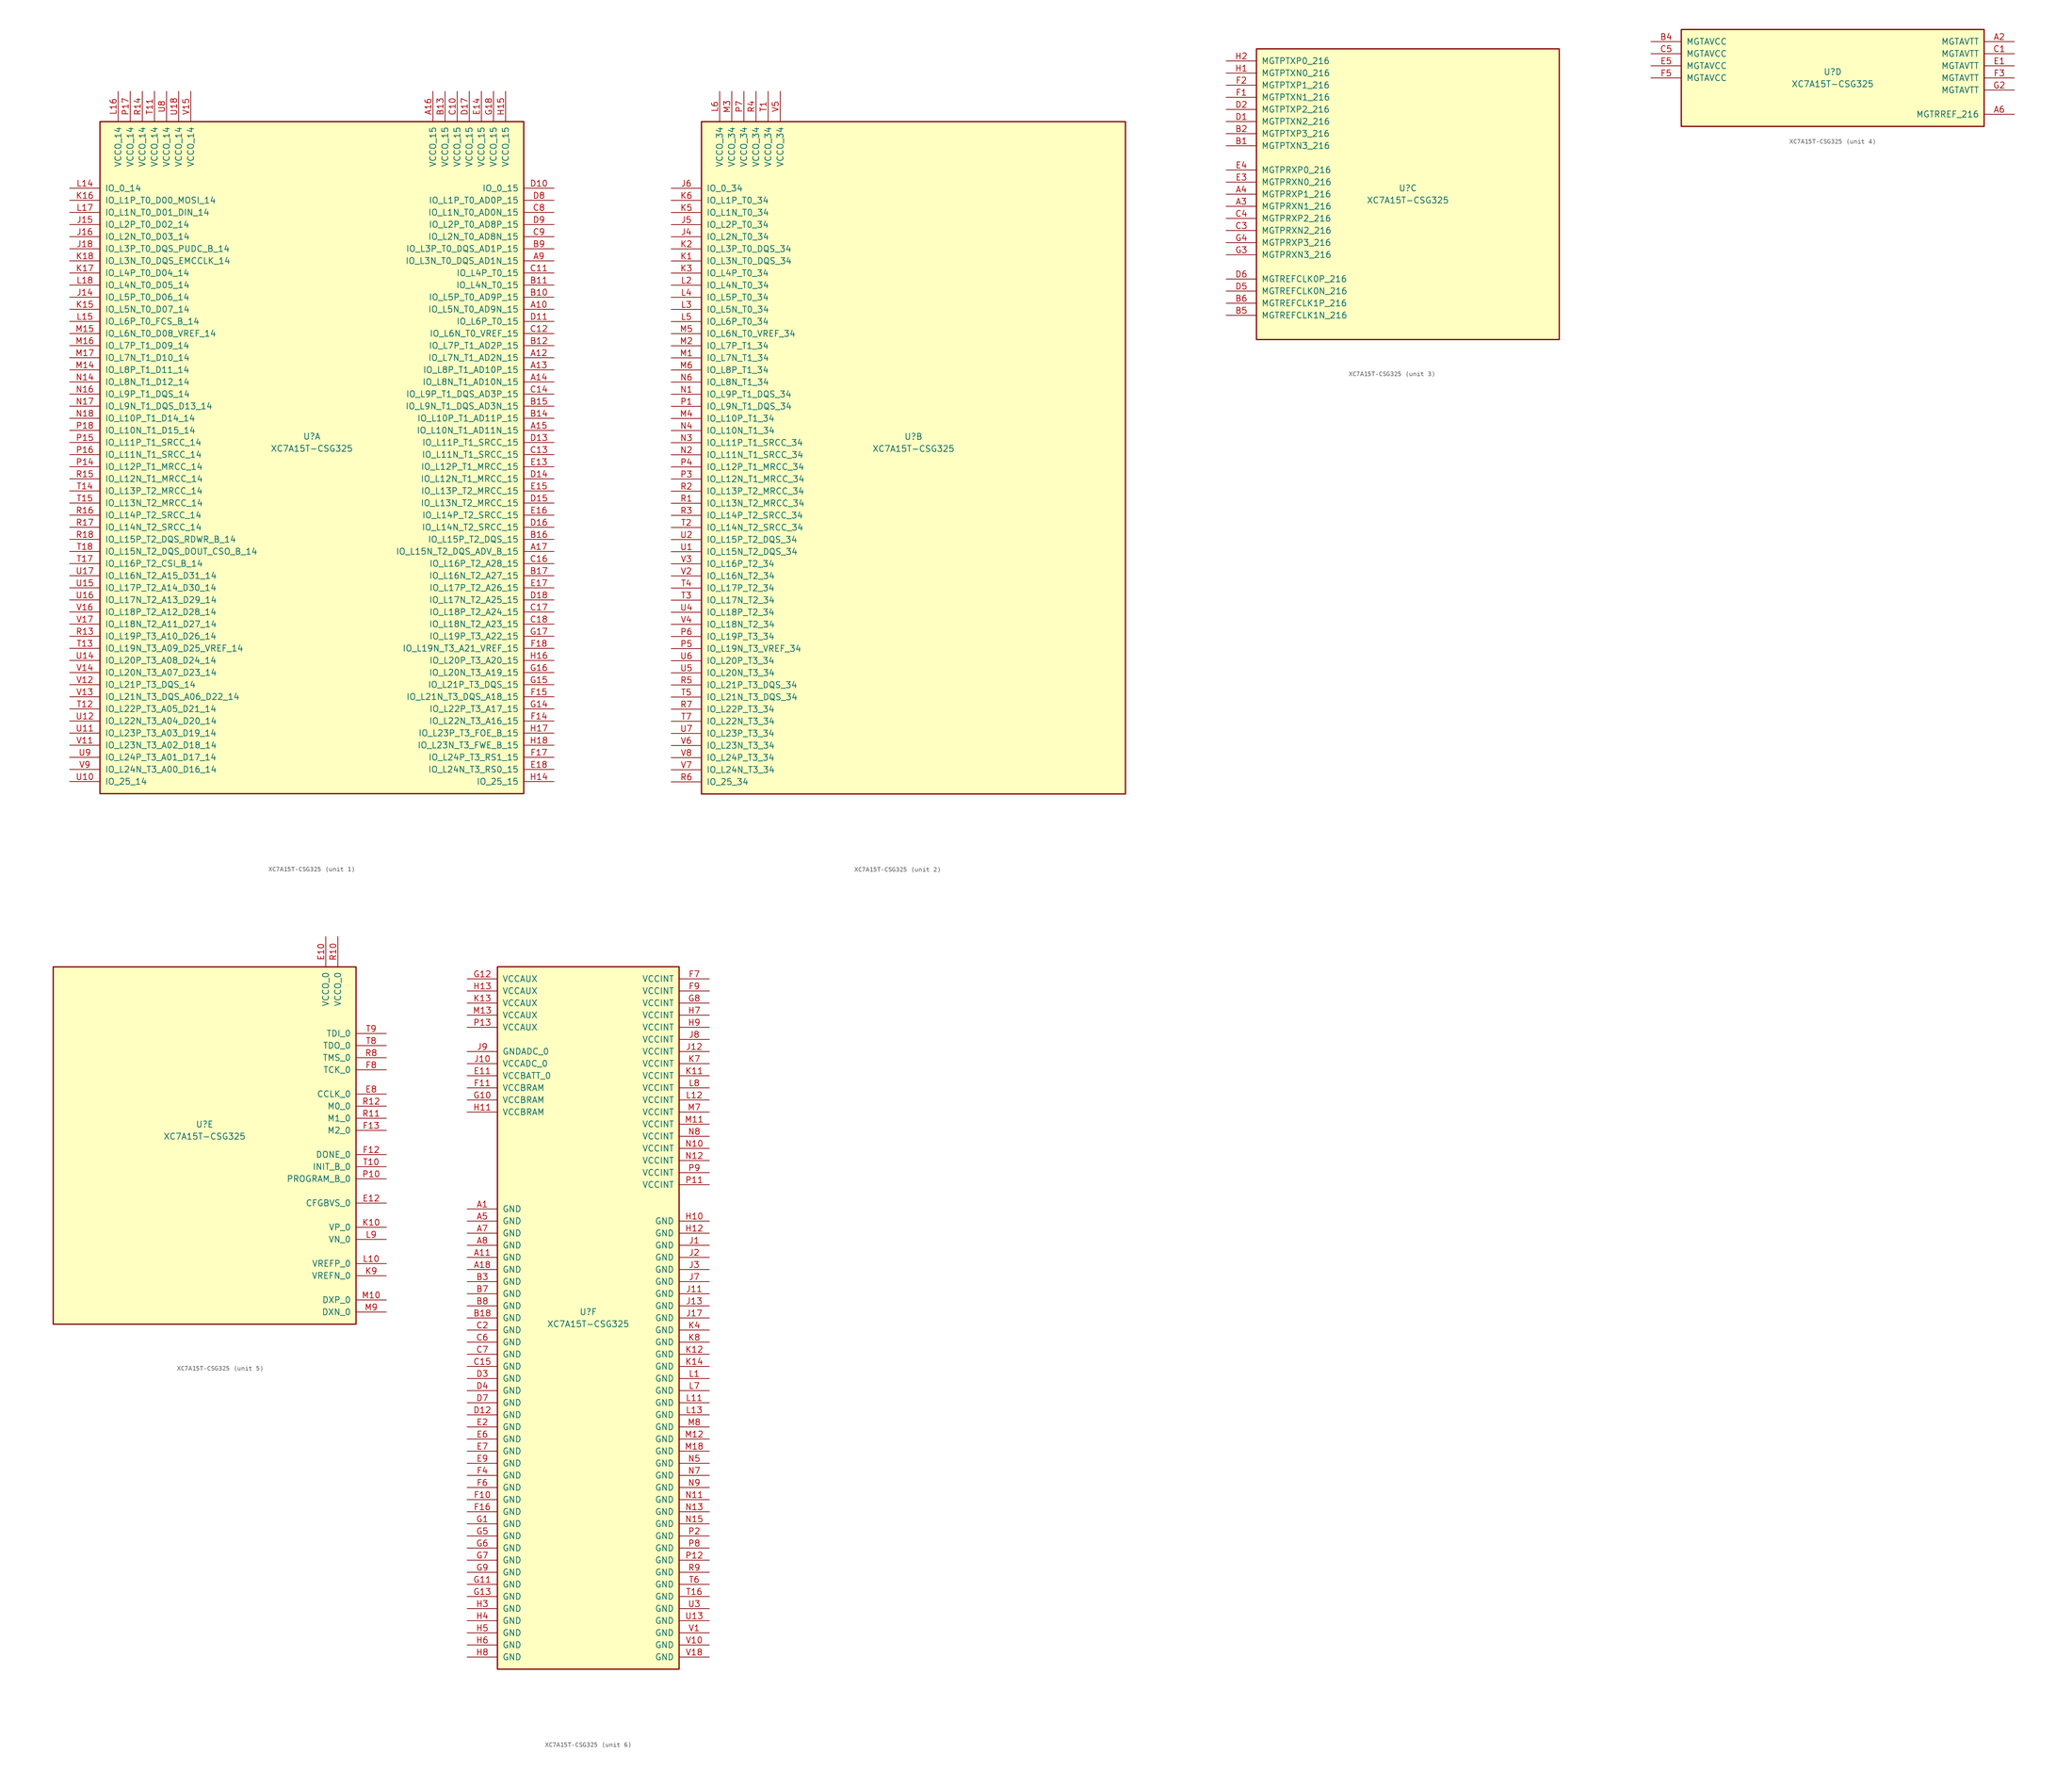
<source format=kicad_sym>
(kicad_symbol_lib
  (version 20241209)
  (generator "kicad_symbol_editor")
  (generator_version "9.0")
  (symbol "XC7A15T-CSG325"
    (pin_names
      (offset 1.016))
    (property "Reference" "U"
      (at 0 1.27 0)
      (effects (font (size 1.27 1.27))))
    (property "Value" "XC7A15T-CSG325"
      (at 0 -1.27 0)
      (effects (font (size 1.27 1.27))))
    (property "Datasheet" ""
      (at 0 0 0)
      (effects (font (size 1.27 1.27))))
    (property "ki_locked" ""
      (at 0 0 0)
      (effects (font (size 1.27 1.27))))
    (symbol "XC7A15T-CSG325_1_1"
      (rectangle (start -44.45 67.31) (end 44.45 -73.66) (stroke (width 0.254) (type default)) (fill (type background)))
      (pin bidirectional line (at -50.8 53.34 0) (length 6.35) (name "IO_0_14" (effects (font (size 1.27 1.27)))) (number "L14" (effects (font (size 1.27 1.27)))))
      (pin bidirectional line (at -50.8 50.8 0) (length 6.35) (name "IO_L1P_T0_D00_MOSI_14" (effects (font (size 1.27 1.27)))) (number "K16" (effects (font (size 1.27 1.27)))))
      (pin bidirectional line (at -50.8 48.26 0) (length 6.35) (name "IO_L1N_T0_D01_DIN_14" (effects (font (size 1.27 1.27)))) (number "L17" (effects (font (size 1.27 1.27)))))
      (pin bidirectional line (at -50.8 45.72 0) (length 6.35) (name "IO_L2P_T0_D02_14" (effects (font (size 1.27 1.27)))) (number "J15" (effects (font (size 1.27 1.27)))))
      (pin bidirectional line (at -50.8 43.18 0) (length 6.35) (name "IO_L2N_T0_D03_14" (effects (font (size 1.27 1.27)))) (number "J16" (effects (font (size 1.27 1.27)))))
      (pin bidirectional line (at -50.8 40.64 0) (length 6.35) (name "IO_L3P_T0_DQS_PUDC_B_14" (effects (font (size 1.27 1.27)))) (number "J18" (effects (font (size 1.27 1.27)))))
      (pin bidirectional line (at -50.8 38.1 0) (length 6.35) (name "IO_L3N_T0_DQS_EMCCLK_14" (effects (font (size 1.27 1.27)))) (number "K18" (effects (font (size 1.27 1.27)))))
      (pin bidirectional line (at -50.8 35.56 0) (length 6.35) (name "IO_L4P_T0_D04_14" (effects (font (size 1.27 1.27)))) (number "K17" (effects (font (size 1.27 1.27)))))
      (pin bidirectional line (at -50.8 33.02 0) (length 6.35) (name "IO_L4N_T0_D05_14" (effects (font (size 1.27 1.27)))) (number "L18" (effects (font (size 1.27 1.27)))))
      (pin bidirectional line (at -50.8 30.48 0) (length 6.35) (name "IO_L5P_T0_D06_14" (effects (font (size 1.27 1.27)))) (number "J14" (effects (font (size 1.27 1.27)))))
      (pin bidirectional line (at -50.8 27.94 0) (length 6.35) (name "IO_L5N_T0_D07_14" (effects (font (size 1.27 1.27)))) (number "K15" (effects (font (size 1.27 1.27)))))
      (pin bidirectional line (at -50.8 25.4 0) (length 6.35) (name "IO_L6P_T0_FCS_B_14" (effects (font (size 1.27 1.27)))) (number "L15" (effects (font (size 1.27 1.27)))))
      (pin bidirectional line (at -50.8 22.86 0) (length 6.35) (name "IO_L6N_T0_D08_VREF_14" (effects (font (size 1.27 1.27)))) (number "M15" (effects (font (size 1.27 1.27)))))
      (pin bidirectional line (at -50.8 20.32 0) (length 6.35) (name "IO_L7P_T1_D09_14" (effects (font (size 1.27 1.27)))) (number "M16" (effects (font (size 1.27 1.27)))))
      (pin bidirectional line (at -50.8 17.78 0) (length 6.35) (name "IO_L7N_T1_D10_14" (effects (font (size 1.27 1.27)))) (number "M17" (effects (font (size 1.27 1.27)))))
      (pin bidirectional line (at -50.8 15.24 0) (length 6.35) (name "IO_L8P_T1_D11_14" (effects (font (size 1.27 1.27)))) (number "M14" (effects (font (size 1.27 1.27)))))
      (pin bidirectional line (at -50.8 12.7 0) (length 6.35) (name "IO_L8N_T1_D12_14" (effects (font (size 1.27 1.27)))) (number "N14" (effects (font (size 1.27 1.27)))))
      (pin bidirectional line (at -50.8 10.16 0) (length 6.35) (name "IO_L9P_T1_DQS_14" (effects (font (size 1.27 1.27)))) (number "N16" (effects (font (size 1.27 1.27)))))
      (pin bidirectional line (at -50.8 7.62 0) (length 6.35) (name "IO_L9N_T1_DQS_D13_14" (effects (font (size 1.27 1.27)))) (number "N17" (effects (font (size 1.27 1.27)))))
      (pin bidirectional line (at -50.8 5.08 0) (length 6.35) (name "IO_L10P_T1_D14_14" (effects (font (size 1.27 1.27)))) (number "N18" (effects (font (size 1.27 1.27)))))
      (pin bidirectional line (at -50.8 2.54 0) (length 6.35) (name "IO_L10N_T1_D15_14" (effects (font (size 1.27 1.27)))) (number "P18" (effects (font (size 1.27 1.27)))))
      (pin bidirectional line (at -50.8 0 0) (length 6.35) (name "IO_L11P_T1_SRCC_14" (effects (font (size 1.27 1.27)))) (number "P15" (effects (font (size 1.27 1.27)))))
      (pin bidirectional line (at -50.8 -2.54 0) (length 6.35) (name "IO_L11N_T1_SRCC_14" (effects (font (size 1.27 1.27)))) (number "P16" (effects (font (size 1.27 1.27)))))
      (pin bidirectional line (at -50.8 -5.08 0) (length 6.35) (name "IO_L12P_T1_MRCC_14" (effects (font (size 1.27 1.27)))) (number "P14" (effects (font (size 1.27 1.27)))))
      (pin bidirectional line (at -50.8 -7.62 0) (length 6.35) (name "IO_L12N_T1_MRCC_14" (effects (font (size 1.27 1.27)))) (number "R15" (effects (font (size 1.27 1.27)))))
      (pin bidirectional line (at -50.8 -10.16 0) (length 6.35) (name "IO_L13P_T2_MRCC_14" (effects (font (size 1.27 1.27)))) (number "T14" (effects (font (size 1.27 1.27)))))
      (pin bidirectional line (at -50.8 -12.7 0) (length 6.35) (name "IO_L13N_T2_MRCC_14" (effects (font (size 1.27 1.27)))) (number "T15" (effects (font (size 1.27 1.27)))))
      (pin bidirectional line (at -50.8 -15.24 0) (length 6.35) (name "IO_L14P_T2_SRCC_14" (effects (font (size 1.27 1.27)))) (number "R16" (effects (font (size 1.27 1.27)))))
      (pin bidirectional line (at -50.8 -17.78 0) (length 6.35) (name "IO_L14N_T2_SRCC_14" (effects (font (size 1.27 1.27)))) (number "R17" (effects (font (size 1.27 1.27)))))
      (pin bidirectional line (at -50.8 -20.32 0) (length 6.35) (name "IO_L15P_T2_DQS_RDWR_B_14" (effects (font (size 1.27 1.27)))) (number "R18" (effects (font (size 1.27 1.27)))))
      (pin bidirectional line (at -50.8 -22.86 0) (length 6.35) (name "IO_L15N_T2_DQS_DOUT_CSO_B_14" (effects (font (size 1.27 1.27)))) (number "T18" (effects (font (size 1.27 1.27)))))
      (pin bidirectional line (at -50.8 -25.4 0) (length 6.35) (name "IO_L16P_T2_CSI_B_14" (effects (font (size 1.27 1.27)))) (number "T17" (effects (font (size 1.27 1.27)))))
      (pin bidirectional line (at -50.8 -27.94 0) (length 6.35) (name "IO_L16N_T2_A15_D31_14" (effects (font (size 1.27 1.27)))) (number "U17" (effects (font (size 1.27 1.27)))))
      (pin bidirectional line (at -50.8 -30.48 0) (length 6.35) (name "IO_L17P_T2_A14_D30_14" (effects (font (size 1.27 1.27)))) (number "U15" (effects (font (size 1.27 1.27)))))
      (pin bidirectional line (at -50.8 -33.02 0) (length 6.35) (name "IO_L17N_T2_A13_D29_14" (effects (font (size 1.27 1.27)))) (number "U16" (effects (font (size 1.27 1.27)))))
      (pin bidirectional line (at -50.8 -35.56 0) (length 6.35) (name "IO_L18P_T2_A12_D28_14" (effects (font (size 1.27 1.27)))) (number "V16" (effects (font (size 1.27 1.27)))))
      (pin bidirectional line (at -50.8 -38.1 0) (length 6.35) (name "IO_L18N_T2_A11_D27_14" (effects (font (size 1.27 1.27)))) (number "V17" (effects (font (size 1.27 1.27)))))
      (pin bidirectional line (at -50.8 -40.64 0) (length 6.35) (name "IO_L19P_T3_A10_D26_14" (effects (font (size 1.27 1.27)))) (number "R13" (effects (font (size 1.27 1.27)))))
      (pin bidirectional line (at -50.8 -43.18 0) (length 6.35) (name "IO_L19N_T3_A09_D25_VREF_14" (effects (font (size 1.27 1.27)))) (number "T13" (effects (font (size 1.27 1.27)))))
      (pin bidirectional line (at -50.8 -45.72 0) (length 6.35) (name "IO_L20P_T3_A08_D24_14" (effects (font (size 1.27 1.27)))) (number "U14" (effects (font (size 1.27 1.27)))))
      (pin bidirectional line (at -50.8 -48.26 0) (length 6.35) (name "IO_L20N_T3_A07_D23_14" (effects (font (size 1.27 1.27)))) (number "V14" (effects (font (size 1.27 1.27)))))
      (pin bidirectional line (at -50.8 -50.8 0) (length 6.35) (name "IO_L21P_T3_DQS_14" (effects (font (size 1.27 1.27)))) (number "V12" (effects (font (size 1.27 1.27)))))
      (pin bidirectional line (at -50.8 -53.34 0) (length 6.35) (name "IO_L21N_T3_DQS_A06_D22_14" (effects (font (size 1.27 1.27)))) (number "V13" (effects (font (size 1.27 1.27)))))
      (pin bidirectional line (at -50.8 -55.88 0) (length 6.35) (name "IO_L22P_T3_A05_D21_14" (effects (font (size 1.27 1.27)))) (number "T12" (effects (font (size 1.27 1.27)))))
      (pin bidirectional line (at -50.8 -58.42 0) (length 6.35) (name "IO_L22N_T3_A04_D20_14" (effects (font (size 1.27 1.27)))) (number "U12" (effects (font (size 1.27 1.27)))))
      (pin bidirectional line (at -50.8 -60.96 0) (length 6.35) (name "IO_L23P_T3_A03_D19_14" (effects (font (size 1.27 1.27)))) (number "U11" (effects (font (size 1.27 1.27)))))
      (pin bidirectional line (at -50.8 -63.5 0) (length 6.35) (name "IO_L23N_T3_A02_D18_14" (effects (font (size 1.27 1.27)))) (number "V11" (effects (font (size 1.27 1.27)))))
      (pin bidirectional line (at -50.8 -66.04 0) (length 6.35) (name "IO_L24P_T3_A01_D17_14" (effects (font (size 1.27 1.27)))) (number "U9" (effects (font (size 1.27 1.27)))))
      (pin bidirectional line (at -50.8 -68.58 0) (length 6.35) (name "IO_L24N_T3_A00_D16_14" (effects (font (size 1.27 1.27)))) (number "V9" (effects (font (size 1.27 1.27)))))
      (pin bidirectional line (at -50.8 -71.12 0) (length 6.35) (name "IO_25_14" (effects (font (size 1.27 1.27)))) (number "U10" (effects (font (size 1.27 1.27)))))
      (pin power_in line (at -40.64 73.66 270) (length 6.35) (name "VCCO_14" (effects (font (size 1.27 1.27)))) (number "L16" (effects (font (size 1.27 1.27)))))
      (pin power_in line (at -38.1 73.66 270) (length 6.35) (name "VCCO_14" (effects (font (size 1.27 1.27)))) (number "P17" (effects (font (size 1.27 1.27)))))
      (pin power_in line (at -35.56 73.66 270) (length 6.35) (name "VCCO_14" (effects (font (size 1.27 1.27)))) (number "R14" (effects (font (size 1.27 1.27)))))
      (pin power_in line (at -33.02 73.66 270) (length 6.35) (name "VCCO_14" (effects (font (size 1.27 1.27)))) (number "T11" (effects (font (size 1.27 1.27)))))
      (pin power_in line (at -30.48 73.66 270) (length 6.35) (name "VCCO_14" (effects (font (size 1.27 1.27)))) (number "U8" (effects (font (size 1.27 1.27)))))
      (pin power_in line (at -27.94 73.66 270) (length 6.35) (name "VCCO_14" (effects (font (size 1.27 1.27)))) (number "U18" (effects (font (size 1.27 1.27)))))
      (pin power_in line (at -25.4 73.66 270) (length 6.35) (name "VCCO_14" (effects (font (size 1.27 1.27)))) (number "V15" (effects (font (size 1.27 1.27)))))
      (pin power_in line (at 25.4 73.66 270) (length 6.35) (name "VCCO_15" (effects (font (size 1.27 1.27)))) (number "A16" (effects (font (size 1.27 1.27)))))
      (pin power_in line (at 27.94 73.66 270) (length 6.35) (name "VCCO_15" (effects (font (size 1.27 1.27)))) (number "B13" (effects (font (size 1.27 1.27)))))
      (pin power_in line (at 30.48 73.66 270) (length 6.35) (name "VCCO_15" (effects (font (size 1.27 1.27)))) (number "C10" (effects (font (size 1.27 1.27)))))
      (pin power_in line (at 33.02 73.66 270) (length 6.35) (name "VCCO_15" (effects (font (size 1.27 1.27)))) (number "D17" (effects (font (size 1.27 1.27)))))
      (pin power_in line (at 35.56 73.66 270) (length 6.35) (name "VCCO_15" (effects (font (size 1.27 1.27)))) (number "E14" (effects (font (size 1.27 1.27)))))
      (pin power_in line (at 38.1 73.66 270) (length 6.35) (name "VCCO_15" (effects (font (size 1.27 1.27)))) (number "G18" (effects (font (size 1.27 1.27)))))
      (pin power_in line (at 40.64 73.66 270) (length 6.35) (name "VCCO_15" (effects (font (size 1.27 1.27)))) (number "H15" (effects (font (size 1.27 1.27)))))
      (pin bidirectional line (at 50.8 53.34 180) (length 6.35) (name "IO_0_15" (effects (font (size 1.27 1.27)))) (number "D10" (effects (font (size 1.27 1.27)))))
      (pin bidirectional line (at 50.8 50.8 180) (length 6.35) (name "IO_L1P_T0_AD0P_15" (effects (font (size 1.27 1.27)))) (number "D8" (effects (font (size 1.27 1.27)))))
      (pin bidirectional line (at 50.8 48.26 180) (length 6.35) (name "IO_L1N_T0_AD0N_15" (effects (font (size 1.27 1.27)))) (number "C8" (effects (font (size 1.27 1.27)))))
      (pin bidirectional line (at 50.8 45.72 180) (length 6.35) (name "IO_L2P_T0_AD8P_15" (effects (font (size 1.27 1.27)))) (number "D9" (effects (font (size 1.27 1.27)))))
      (pin bidirectional line (at 50.8 43.18 180) (length 6.35) (name "IO_L2N_T0_AD8N_15" (effects (font (size 1.27 1.27)))) (number "C9" (effects (font (size 1.27 1.27)))))
      (pin bidirectional line (at 50.8 40.64 180) (length 6.35) (name "IO_L3P_T0_DQS_AD1P_15" (effects (font (size 1.27 1.27)))) (number "B9" (effects (font (size 1.27 1.27)))))
      (pin bidirectional line (at 50.8 38.1 180) (length 6.35) (name "IO_L3N_T0_DQS_AD1N_15" (effects (font (size 1.27 1.27)))) (number "A9" (effects (font (size 1.27 1.27)))))
      (pin bidirectional line (at 50.8 35.56 180) (length 6.35) (name "IO_L4P_T0_15" (effects (font (size 1.27 1.27)))) (number "C11" (effects (font (size 1.27 1.27)))))
      (pin bidirectional line (at 50.8 33.02 180) (length 6.35) (name "IO_L4N_T0_15" (effects (font (size 1.27 1.27)))) (number "B11" (effects (font (size 1.27 1.27)))))
      (pin bidirectional line (at 50.8 30.48 180) (length 6.35) (name "IO_L5P_T0_AD9P_15" (effects (font (size 1.27 1.27)))) (number "B10" (effects (font (size 1.27 1.27)))))
      (pin bidirectional line (at 50.8 27.94 180) (length 6.35) (name "IO_L5N_T0_AD9N_15" (effects (font (size 1.27 1.27)))) (number "A10" (effects (font (size 1.27 1.27)))))
      (pin bidirectional line (at 50.8 25.4 180) (length 6.35) (name "IO_L6P_T0_15" (effects (font (size 1.27 1.27)))) (number "D11" (effects (font (size 1.27 1.27)))))
      (pin bidirectional line (at 50.8 22.86 180) (length 6.35) (name "IO_L6N_T0_VREF_15" (effects (font (size 1.27 1.27)))) (number "C12" (effects (font (size 1.27 1.27)))))
      (pin bidirectional line (at 50.8 20.32 180) (length 6.35) (name "IO_L7P_T1_AD2P_15" (effects (font (size 1.27 1.27)))) (number "B12" (effects (font (size 1.27 1.27)))))
      (pin bidirectional line (at 50.8 17.78 180) (length 6.35) (name "IO_L7N_T1_AD2N_15" (effects (font (size 1.27 1.27)))) (number "A12" (effects (font (size 1.27 1.27)))))
      (pin bidirectional line (at 50.8 15.24 180) (length 6.35) (name "IO_L8P_T1_AD10P_15" (effects (font (size 1.27 1.27)))) (number "A13" (effects (font (size 1.27 1.27)))))
      (pin bidirectional line (at 50.8 12.7 180) (length 6.35) (name "IO_L8N_T1_AD10N_15" (effects (font (size 1.27 1.27)))) (number "A14" (effects (font (size 1.27 1.27)))))
      (pin bidirectional line (at 50.8 10.16 180) (length 6.35) (name "IO_L9P_T1_DQS_AD3P_15" (effects (font (size 1.27 1.27)))) (number "C14" (effects (font (size 1.27 1.27)))))
      (pin bidirectional line (at 50.8 7.62 180) (length 6.35) (name "IO_L9N_T1_DQS_AD3N_15" (effects (font (size 1.27 1.27)))) (number "B15" (effects (font (size 1.27 1.27)))))
      (pin bidirectional line (at 50.8 5.08 180) (length 6.35) (name "IO_L10P_T1_AD11P_15" (effects (font (size 1.27 1.27)))) (number "B14" (effects (font (size 1.27 1.27)))))
      (pin bidirectional line (at 50.8 2.54 180) (length 6.35) (name "IO_L10N_T1_AD11N_15" (effects (font (size 1.27 1.27)))) (number "A15" (effects (font (size 1.27 1.27)))))
      (pin bidirectional line (at 50.8 0 180) (length 6.35) (name "IO_L11P_T1_SRCC_15" (effects (font (size 1.27 1.27)))) (number "D13" (effects (font (size 1.27 1.27)))))
      (pin bidirectional line (at 50.8 -2.54 180) (length 6.35) (name "IO_L11N_T1_SRCC_15" (effects (font (size 1.27 1.27)))) (number "C13" (effects (font (size 1.27 1.27)))))
      (pin bidirectional line (at 50.8 -5.08 180) (length 6.35) (name "IO_L12P_T1_MRCC_15" (effects (font (size 1.27 1.27)))) (number "E13" (effects (font (size 1.27 1.27)))))
      (pin bidirectional line (at 50.8 -7.62 180) (length 6.35) (name "IO_L12N_T1_MRCC_15" (effects (font (size 1.27 1.27)))) (number "D14" (effects (font (size 1.27 1.27)))))
      (pin bidirectional line (at 50.8 -10.16 180) (length 6.35) (name "IO_L13P_T2_MRCC_15" (effects (font (size 1.27 1.27)))) (number "E15" (effects (font (size 1.27 1.27)))))
      (pin bidirectional line (at 50.8 -12.7 180) (length 6.35) (name "IO_L13N_T2_MRCC_15" (effects (font (size 1.27 1.27)))) (number "D15" (effects (font (size 1.27 1.27)))))
      (pin bidirectional line (at 50.8 -15.24 180) (length 6.35) (name "IO_L14P_T2_SRCC_15" (effects (font (size 1.27 1.27)))) (number "E16" (effects (font (size 1.27 1.27)))))
      (pin bidirectional line (at 50.8 -17.78 180) (length 6.35) (name "IO_L14N_T2_SRCC_15" (effects (font (size 1.27 1.27)))) (number "D16" (effects (font (size 1.27 1.27)))))
      (pin bidirectional line (at 50.8 -20.32 180) (length 6.35) (name "IO_L15P_T2_DQS_15" (effects (font (size 1.27 1.27)))) (number "B16" (effects (font (size 1.27 1.27)))))
      (pin bidirectional line (at 50.8 -22.86 180) (length 6.35) (name "IO_L15N_T2_DQS_ADV_B_15" (effects (font (size 1.27 1.27)))) (number "A17" (effects (font (size 1.27 1.27)))))
      (pin bidirectional line (at 50.8 -25.4 180) (length 6.35) (name "IO_L16P_T2_A28_15" (effects (font (size 1.27 1.27)))) (number "C16" (effects (font (size 1.27 1.27)))))
      (pin bidirectional line (at 50.8 -27.94 180) (length 6.35) (name "IO_L16N_T2_A27_15" (effects (font (size 1.27 1.27)))) (number "B17" (effects (font (size 1.27 1.27)))))
      (pin bidirectional line (at 50.8 -30.48 180) (length 6.35) (name "IO_L17P_T2_A26_15" (effects (font (size 1.27 1.27)))) (number "E17" (effects (font (size 1.27 1.27)))))
      (pin bidirectional line (at 50.8 -33.02 180) (length 6.35) (name "IO_L17N_T2_A25_15" (effects (font (size 1.27 1.27)))) (number "D18" (effects (font (size 1.27 1.27)))))
      (pin bidirectional line (at 50.8 -35.56 180) (length 6.35) (name "IO_L18P_T2_A24_15" (effects (font (size 1.27 1.27)))) (number "C17" (effects (font (size 1.27 1.27)))))
      (pin bidirectional line (at 50.8 -38.1 180) (length 6.35) (name "IO_L18N_T2_A23_15" (effects (font (size 1.27 1.27)))) (number "C18" (effects (font (size 1.27 1.27)))))
      (pin bidirectional line (at 50.8 -40.64 180) (length 6.35) (name "IO_L19P_T3_A22_15" (effects (font (size 1.27 1.27)))) (number "G17" (effects (font (size 1.27 1.27)))))
      (pin bidirectional line (at 50.8 -43.18 180) (length 6.35) (name "IO_L19N_T3_A21_VREF_15" (effects (font (size 1.27 1.27)))) (number "F18" (effects (font (size 1.27 1.27)))))
      (pin bidirectional line (at 50.8 -45.72 180) (length 6.35) (name "IO_L20P_T3_A20_15" (effects (font (size 1.27 1.27)))) (number "H16" (effects (font (size 1.27 1.27)))))
      (pin bidirectional line (at 50.8 -48.26 180) (length 6.35) (name "IO_L20N_T3_A19_15" (effects (font (size 1.27 1.27)))) (number "G16" (effects (font (size 1.27 1.27)))))
      (pin bidirectional line (at 50.8 -50.8 180) (length 6.35) (name "IO_L21P_T3_DQS_15" (effects (font (size 1.27 1.27)))) (number "G15" (effects (font (size 1.27 1.27)))))
      (pin bidirectional line (at 50.8 -53.34 180) (length 6.35) (name "IO_L21N_T3_DQS_A18_15" (effects (font (size 1.27 1.27)))) (number "F15" (effects (font (size 1.27 1.27)))))
      (pin bidirectional line (at 50.8 -55.88 180) (length 6.35) (name "IO_L22P_T3_A17_15" (effects (font (size 1.27 1.27)))) (number "G14" (effects (font (size 1.27 1.27)))))
      (pin bidirectional line (at 50.8 -58.42 180) (length 6.35) (name "IO_L22N_T3_A16_15" (effects (font (size 1.27 1.27)))) (number "F14" (effects (font (size 1.27 1.27)))))
      (pin bidirectional line (at 50.8 -60.96 180) (length 6.35) (name "IO_L23P_T3_FOE_B_15" (effects (font (size 1.27 1.27)))) (number "H17" (effects (font (size 1.27 1.27)))))
      (pin bidirectional line (at 50.8 -63.5 180) (length 6.35) (name "IO_L23N_T3_FWE_B_15" (effects (font (size 1.27 1.27)))) (number "H18" (effects (font (size 1.27 1.27)))))
      (pin bidirectional line (at 50.8 -66.04 180) (length 6.35) (name "IO_L24P_T3_RS1_15" (effects (font (size 1.27 1.27)))) (number "F17" (effects (font (size 1.27 1.27)))))
      (pin bidirectional line (at 50.8 -68.58 180) (length 6.35) (name "IO_L24N_T3_RS0_15" (effects (font (size 1.27 1.27)))) (number "E18" (effects (font (size 1.27 1.27)))))
      (pin bidirectional line (at 50.8 -71.12 180) (length 6.35) (name "IO_25_15" (effects (font (size 1.27 1.27)))) (number "H14" (effects (font (size 1.27 1.27))))))
    (symbol "XC7A15T-CSG325_2_1"
      (rectangle (start -44.45 67.31) (end 44.45 -73.66) (stroke (width 0.254) (type default)) (fill (type background)))
      (pin bidirectional line (at -50.8 53.34 0) (length 6.35) (name "IO_0_34" (effects (font (size 1.27 1.27)))) (number "J6" (effects (font (size 1.27 1.27)))))
      (pin bidirectional line (at -50.8 50.8 0) (length 6.35) (name "IO_L1P_T0_34" (effects (font (size 1.27 1.27)))) (number "K6" (effects (font (size 1.27 1.27)))))
      (pin bidirectional line (at -50.8 48.26 0) (length 6.35) (name "IO_L1N_T0_34" (effects (font (size 1.27 1.27)))) (number "K5" (effects (font (size 1.27 1.27)))))
      (pin bidirectional line (at -50.8 45.72 0) (length 6.35) (name "IO_L2P_T0_34" (effects (font (size 1.27 1.27)))) (number "J5" (effects (font (size 1.27 1.27)))))
      (pin bidirectional line (at -50.8 43.18 0) (length 6.35) (name "IO_L2N_T0_34" (effects (font (size 1.27 1.27)))) (number "J4" (effects (font (size 1.27 1.27)))))
      (pin bidirectional line (at -50.8 40.64 0) (length 6.35) (name "IO_L3P_T0_DQS_34" (effects (font (size 1.27 1.27)))) (number "K2" (effects (font (size 1.27 1.27)))))
      (pin bidirectional line (at -50.8 38.1 0) (length 6.35) (name "IO_L3N_T0_DQS_34" (effects (font (size 1.27 1.27)))) (number "K1" (effects (font (size 1.27 1.27)))))
      (pin bidirectional line (at -50.8 35.56 0) (length 6.35) (name "IO_L4P_T0_34" (effects (font (size 1.27 1.27)))) (number "K3" (effects (font (size 1.27 1.27)))))
      (pin bidirectional line (at -50.8 33.02 0) (length 6.35) (name "IO_L4N_T0_34" (effects (font (size 1.27 1.27)))) (number "L2" (effects (font (size 1.27 1.27)))))
      (pin bidirectional line (at -50.8 30.48 0) (length 6.35) (name "IO_L5P_T0_34" (effects (font (size 1.27 1.27)))) (number "L4" (effects (font (size 1.27 1.27)))))
      (pin bidirectional line (at -50.8 27.94 0) (length 6.35) (name "IO_L5N_T0_34" (effects (font (size 1.27 1.27)))) (number "L3" (effects (font (size 1.27 1.27)))))
      (pin bidirectional line (at -50.8 25.4 0) (length 6.35) (name "IO_L6P_T0_34" (effects (font (size 1.27 1.27)))) (number "L5" (effects (font (size 1.27 1.27)))))
      (pin bidirectional line (at -50.8 22.86 0) (length 6.35) (name "IO_L6N_T0_VREF_34" (effects (font (size 1.27 1.27)))) (number "M5" (effects (font (size 1.27 1.27)))))
      (pin bidirectional line (at -50.8 20.32 0) (length 6.35) (name "IO_L7P_T1_34" (effects (font (size 1.27 1.27)))) (number "M2" (effects (font (size 1.27 1.27)))))
      (pin bidirectional line (at -50.8 17.78 0) (length 6.35) (name "IO_L7N_T1_34" (effects (font (size 1.27 1.27)))) (number "M1" (effects (font (size 1.27 1.27)))))
      (pin bidirectional line (at -50.8 15.24 0) (length 6.35) (name "IO_L8P_T1_34" (effects (font (size 1.27 1.27)))) (number "M6" (effects (font (size 1.27 1.27)))))
      (pin bidirectional line (at -50.8 12.7 0) (length 6.35) (name "IO_L8N_T1_34" (effects (font (size 1.27 1.27)))) (number "N6" (effects (font (size 1.27 1.27)))))
      (pin bidirectional line (at -50.8 10.16 0) (length 6.35) (name "IO_L9P_T1_DQS_34" (effects (font (size 1.27 1.27)))) (number "N1" (effects (font (size 1.27 1.27)))))
      (pin bidirectional line (at -50.8 7.62 0) (length 6.35) (name "IO_L9N_T1_DQS_34" (effects (font (size 1.27 1.27)))) (number "P1" (effects (font (size 1.27 1.27)))))
      (pin bidirectional line (at -50.8 5.08 0) (length 6.35) (name "IO_L10P_T1_34" (effects (font (size 1.27 1.27)))) (number "M4" (effects (font (size 1.27 1.27)))))
      (pin bidirectional line (at -50.8 2.54 0) (length 6.35) (name "IO_L10N_T1_34" (effects (font (size 1.27 1.27)))) (number "N4" (effects (font (size 1.27 1.27)))))
      (pin bidirectional line (at -50.8 0 0) (length 6.35) (name "IO_L11P_T1_SRCC_34" (effects (font (size 1.27 1.27)))) (number "N3" (effects (font (size 1.27 1.27)))))
      (pin bidirectional line (at -50.8 -2.54 0) (length 6.35) (name "IO_L11N_T1_SRCC_34" (effects (font (size 1.27 1.27)))) (number "N2" (effects (font (size 1.27 1.27)))))
      (pin bidirectional line (at -50.8 -5.08 0) (length 6.35) (name "IO_L12P_T1_MRCC_34" (effects (font (size 1.27 1.27)))) (number "P4" (effects (font (size 1.27 1.27)))))
      (pin bidirectional line (at -50.8 -7.62 0) (length 6.35) (name "IO_L12N_T1_MRCC_34" (effects (font (size 1.27 1.27)))) (number "P3" (effects (font (size 1.27 1.27)))))
      (pin bidirectional line (at -50.8 -10.16 0) (length 6.35) (name "IO_L13P_T2_MRCC_34" (effects (font (size 1.27 1.27)))) (number "R2" (effects (font (size 1.27 1.27)))))
      (pin bidirectional line (at -50.8 -12.7 0) (length 6.35) (name "IO_L13N_T2_MRCC_34" (effects (font (size 1.27 1.27)))) (number "R1" (effects (font (size 1.27 1.27)))))
      (pin bidirectional line (at -50.8 -15.24 0) (length 6.35) (name "IO_L14P_T2_SRCC_34" (effects (font (size 1.27 1.27)))) (number "R3" (effects (font (size 1.27 1.27)))))
      (pin bidirectional line (at -50.8 -17.78 0) (length 6.35) (name "IO_L14N_T2_SRCC_34" (effects (font (size 1.27 1.27)))) (number "T2" (effects (font (size 1.27 1.27)))))
      (pin bidirectional line (at -50.8 -20.32 0) (length 6.35) (name "IO_L15P_T2_DQS_34" (effects (font (size 1.27 1.27)))) (number "U2" (effects (font (size 1.27 1.27)))))
      (pin bidirectional line (at -50.8 -22.86 0) (length 6.35) (name "IO_L15N_T2_DQS_34" (effects (font (size 1.27 1.27)))) (number "U1" (effects (font (size 1.27 1.27)))))
      (pin bidirectional line (at -50.8 -25.4 0) (length 6.35) (name "IO_L16P_T2_34" (effects (font (size 1.27 1.27)))) (number "V3" (effects (font (size 1.27 1.27)))))
      (pin bidirectional line (at -50.8 -27.94 0) (length 6.35) (name "IO_L16N_T2_34" (effects (font (size 1.27 1.27)))) (number "V2" (effects (font (size 1.27 1.27)))))
      (pin bidirectional line (at -50.8 -30.48 0) (length 6.35) (name "IO_L17P_T2_34" (effects (font (size 1.27 1.27)))) (number "T4" (effects (font (size 1.27 1.27)))))
      (pin bidirectional line (at -50.8 -33.02 0) (length 6.35) (name "IO_L17N_T2_34" (effects (font (size 1.27 1.27)))) (number "T3" (effects (font (size 1.27 1.27)))))
      (pin bidirectional line (at -50.8 -35.56 0) (length 6.35) (name "IO_L18P_T2_34" (effects (font (size 1.27 1.27)))) (number "U4" (effects (font (size 1.27 1.27)))))
      (pin bidirectional line (at -50.8 -38.1 0) (length 6.35) (name "IO_L18N_T2_34" (effects (font (size 1.27 1.27)))) (number "V4" (effects (font (size 1.27 1.27)))))
      (pin bidirectional line (at -50.8 -40.64 0) (length 6.35) (name "IO_L19P_T3_34" (effects (font (size 1.27 1.27)))) (number "P6" (effects (font (size 1.27 1.27)))))
      (pin bidirectional line (at -50.8 -43.18 0) (length 6.35) (name "IO_L19N_T3_VREF_34" (effects (font (size 1.27 1.27)))) (number "P5" (effects (font (size 1.27 1.27)))))
      (pin bidirectional line (at -50.8 -45.72 0) (length 6.35) (name "IO_L20P_T3_34" (effects (font (size 1.27 1.27)))) (number "U6" (effects (font (size 1.27 1.27)))))
      (pin bidirectional line (at -50.8 -48.26 0) (length 6.35) (name "IO_L20N_T3_34" (effects (font (size 1.27 1.27)))) (number "U5" (effects (font (size 1.27 1.27)))))
      (pin bidirectional line (at -50.8 -50.8 0) (length 6.35) (name "IO_L21P_T3_DQS_34" (effects (font (size 1.27 1.27)))) (number "R5" (effects (font (size 1.27 1.27)))))
      (pin bidirectional line (at -50.8 -53.34 0) (length 6.35) (name "IO_L21N_T3_DQS_34" (effects (font (size 1.27 1.27)))) (number "T5" (effects (font (size 1.27 1.27)))))
      (pin bidirectional line (at -50.8 -55.88 0) (length 6.35) (name "IO_L22P_T3_34" (effects (font (size 1.27 1.27)))) (number "R7" (effects (font (size 1.27 1.27)))))
      (pin bidirectional line (at -50.8 -58.42 0) (length 6.35) (name "IO_L22N_T3_34" (effects (font (size 1.27 1.27)))) (number "T7" (effects (font (size 1.27 1.27)))))
      (pin bidirectional line (at -50.8 -60.96 0) (length 6.35) (name "IO_L23P_T3_34" (effects (font (size 1.27 1.27)))) (number "U7" (effects (font (size 1.27 1.27)))))
      (pin bidirectional line (at -50.8 -63.5 0) (length 6.35) (name "IO_L23N_T3_34" (effects (font (size 1.27 1.27)))) (number "V6" (effects (font (size 1.27 1.27)))))
      (pin bidirectional line (at -50.8 -66.04 0) (length 6.35) (name "IO_L24P_T3_34" (effects (font (size 1.27 1.27)))) (number "V8" (effects (font (size 1.27 1.27)))))
      (pin bidirectional line (at -50.8 -68.58 0) (length 6.35) (name "IO_L24N_T3_34" (effects (font (size 1.27 1.27)))) (number "V7" (effects (font (size 1.27 1.27)))))
      (pin bidirectional line (at -50.8 -71.12 0) (length 6.35) (name "IO_25_34" (effects (font (size 1.27 1.27)))) (number "R6" (effects (font (size 1.27 1.27)))))
      (pin power_in line (at -40.64 73.66 270) (length 6.35) (name "VCCO_34" (effects (font (size 1.27 1.27)))) (number "L6" (effects (font (size 1.27 1.27)))))
      (pin power_in line (at -38.1 73.66 270) (length 6.35) (name "VCCO_34" (effects (font (size 1.27 1.27)))) (number "M3" (effects (font (size 1.27 1.27)))))
      (pin power_in line (at -35.56 73.66 270) (length 6.35) (name "VCCO_34" (effects (font (size 1.27 1.27)))) (number "P7" (effects (font (size 1.27 1.27)))))
      (pin power_in line (at -33.02 73.66 270) (length 6.35) (name "VCCO_34" (effects (font (size 1.27 1.27)))) (number "R4" (effects (font (size 1.27 1.27)))))
      (pin power_in line (at -30.48 73.66 270) (length 6.35) (name "VCCO_34" (effects (font (size 1.27 1.27)))) (number "T1" (effects (font (size 1.27 1.27)))))
      (pin power_in line (at -27.94 73.66 270) (length 6.35) (name "VCCO_34" (effects (font (size 1.27 1.27)))) (number "V5" (effects (font (size 1.27 1.27))))))
    (symbol "XC7A15T-CSG325_3_1"
      (rectangle (start -31.75 30.48) (end 31.75 -30.48) (stroke (width 0.254) (type default)) (fill (type background)))
      (pin bidirectional line (at -38.1 27.94 0) (length 6.35) (name "MGTPTXP0_216" (effects (font (size 1.27 1.27)))) (number "H2" (effects (font (size 1.27 1.27)))))
      (pin bidirectional line (at -38.1 25.4 0) (length 6.35) (name "MGTPTXN0_216" (effects (font (size 1.27 1.27)))) (number "H1" (effects (font (size 1.27 1.27)))))
      (pin bidirectional line (at -38.1 22.86 0) (length 6.35) (name "MGTPTXP1_216" (effects (font (size 1.27 1.27)))) (number "F2" (effects (font (size 1.27 1.27)))))
      (pin bidirectional line (at -38.1 20.32 0) (length 6.35) (name "MGTPTXN1_216" (effects (font (size 1.27 1.27)))) (number "F1" (effects (font (size 1.27 1.27)))))
      (pin bidirectional line (at -38.1 17.78 0) (length 6.35) (name "MGTPTXP2_216" (effects (font (size 1.27 1.27)))) (number "D2" (effects (font (size 1.27 1.27)))))
      (pin bidirectional line (at -38.1 15.24 0) (length 6.35) (name "MGTPTXN2_216" (effects (font (size 1.27 1.27)))) (number "D1" (effects (font (size 1.27 1.27)))))
      (pin bidirectional line (at -38.1 12.7 0) (length 6.35) (name "MGTPTXP3_216" (effects (font (size 1.27 1.27)))) (number "B2" (effects (font (size 1.27 1.27)))))
      (pin bidirectional line (at -38.1 10.16 0) (length 6.35) (name "MGTPTXN3_216" (effects (font (size 1.27 1.27)))) (number "B1" (effects (font (size 1.27 1.27)))))
      (pin bidirectional line (at -38.1 5.08 0) (length 6.35) (name "MGTPRXP0_216" (effects (font (size 1.27 1.27)))) (number "E4" (effects (font (size 1.27 1.27)))))
      (pin bidirectional line (at -38.1 2.54 0) (length 6.35) (name "MGTPRXN0_216" (effects (font (size 1.27 1.27)))) (number "E3" (effects (font (size 1.27 1.27)))))
      (pin bidirectional line (at -38.1 0 0) (length 6.35) (name "MGTPRXP1_216" (effects (font (size 1.27 1.27)))) (number "A4" (effects (font (size 1.27 1.27)))))
      (pin bidirectional line (at -38.1 -2.54 0) (length 6.35) (name "MGTPRXN1_216" (effects (font (size 1.27 1.27)))) (number "A3" (effects (font (size 1.27 1.27)))))
      (pin bidirectional line (at -38.1 -5.08 0) (length 6.35) (name "MGTPRXP2_216" (effects (font (size 1.27 1.27)))) (number "C4" (effects (font (size 1.27 1.27)))))
      (pin bidirectional line (at -38.1 -7.62 0) (length 6.35) (name "MGTPRXN2_216" (effects (font (size 1.27 1.27)))) (number "C3" (effects (font (size 1.27 1.27)))))
      (pin bidirectional line (at -38.1 -10.16 0) (length 6.35) (name "MGTPRXP3_216" (effects (font (size 1.27 1.27)))) (number "G4" (effects (font (size 1.27 1.27)))))
      (pin bidirectional line (at -38.1 -12.7 0) (length 6.35) (name "MGTPRXN3_216" (effects (font (size 1.27 1.27)))) (number "G3" (effects (font (size 1.27 1.27)))))
      (pin bidirectional line (at -38.1 -17.78 0) (length 6.35) (name "MGTREFCLK0P_216" (effects (font (size 1.27 1.27)))) (number "D6" (effects (font (size 1.27 1.27)))))
      (pin bidirectional line (at -38.1 -20.32 0) (length 6.35) (name "MGTREFCLK0N_216" (effects (font (size 1.27 1.27)))) (number "D5" (effects (font (size 1.27 1.27)))))
      (pin bidirectional line (at -38.1 -22.86 0) (length 6.35) (name "MGTREFCLK1P_216" (effects (font (size 1.27 1.27)))) (number "B6" (effects (font (size 1.27 1.27)))))
      (pin bidirectional line (at -38.1 -25.4 0) (length 6.35) (name "MGTREFCLK1N_216" (effects (font (size 1.27 1.27)))) (number "B5" (effects (font (size 1.27 1.27))))))
    (symbol "XC7A15T-CSG325_4_1"
      (rectangle (start -31.75 10.16) (end 31.75 -10.16) (stroke (width 0.254) (type default)) (fill (type background)))
      (pin power_in line (at -38.1 7.62 0) (length 6.35) (name "MGTAVCC" (effects (font (size 1.27 1.27)))) (number "B4" (effects (font (size 1.27 1.27)))))
      (pin power_in line (at -38.1 5.08 0) (length 6.35) (name "MGTAVCC" (effects (font (size 1.27 1.27)))) (number "C5" (effects (font (size 1.27 1.27)))))
      (pin power_in line (at -38.1 2.54 0) (length 6.35) (name "MGTAVCC" (effects (font (size 1.27 1.27)))) (number "E5" (effects (font (size 1.27 1.27)))))
      (pin power_in line (at -38.1 0 0) (length 6.35) (name "MGTAVCC" (effects (font (size 1.27 1.27)))) (number "F5" (effects (font (size 1.27 1.27)))))
      (pin power_in line (at 38.1 7.62 180) (length 6.35) (name "MGTAVTT" (effects (font (size 1.27 1.27)))) (number "A2" (effects (font (size 1.27 1.27)))))
      (pin power_in line (at 38.1 5.08 180) (length 6.35) (name "MGTAVTT" (effects (font (size 1.27 1.27)))) (number "C1" (effects (font (size 1.27 1.27)))))
      (pin power_in line (at 38.1 2.54 180) (length 6.35) (name "MGTAVTT" (effects (font (size 1.27 1.27)))) (number "E1" (effects (font (size 1.27 1.27)))))
      (pin power_in line (at 38.1 0 180) (length 6.35) (name "MGTAVTT" (effects (font (size 1.27 1.27)))) (number "F3" (effects (font (size 1.27 1.27)))))
      (pin power_in line (at 38.1 -2.54 180) (length 6.35) (name "MGTAVTT" (effects (font (size 1.27 1.27)))) (number "G2" (effects (font (size 1.27 1.27)))))
      (pin power_in line (at 38.1 -7.62 180) (length 6.35) (name "MGTRREF_216" (effects (font (size 1.27 1.27)))) (number "A6" (effects (font (size 1.27 1.27))))))
    (symbol "XC7A15T-CSG325_5_1"
      (rectangle (start -31.75 34.29) (end 31.75 -40.64) (stroke (width 0.254) (type default)) (fill (type background)))
      (pin power_in line (at 25.4 40.64 270) (length 6.35) (name "VCCO_0" (effects (font (size 1.27 1.27)))) (number "E10" (effects (font (size 1.27 1.27)))))
      (pin power_in line (at 27.94 40.64 270) (length 6.35) (name "VCCO_0" (effects (font (size 1.27 1.27)))) (number "R10" (effects (font (size 1.27 1.27)))))
      (pin bidirectional line (at 38.1 20.32 180) (length 6.35) (name "TDI_0" (effects (font (size 1.27 1.27)))) (number "T9" (effects (font (size 1.27 1.27)))))
      (pin bidirectional line (at 38.1 17.78 180) (length 6.35) (name "TDO_0" (effects (font (size 1.27 1.27)))) (number "T8" (effects (font (size 1.27 1.27)))))
      (pin bidirectional line (at 38.1 15.24 180) (length 6.35) (name "TMS_0" (effects (font (size 1.27 1.27)))) (number "R8" (effects (font (size 1.27 1.27)))))
      (pin bidirectional line (at 38.1 12.7 180) (length 6.35) (name "TCK_0" (effects (font (size 1.27 1.27)))) (number "F8" (effects (font (size 1.27 1.27)))))
      (pin bidirectional line (at 38.1 7.62 180) (length 6.35) (name "CCLK_0" (effects (font (size 1.27 1.27)))) (number "E8" (effects (font (size 1.27 1.27)))))
      (pin bidirectional line (at 38.1 5.08 180) (length 6.35) (name "M0_0" (effects (font (size 1.27 1.27)))) (number "R12" (effects (font (size 1.27 1.27)))))
      (pin bidirectional line (at 38.1 2.54 180) (length 6.35) (name "M1_0" (effects (font (size 1.27 1.27)))) (number "R11" (effects (font (size 1.27 1.27)))))
      (pin bidirectional line (at 38.1 0 180) (length 6.35) (name "M2_0" (effects (font (size 1.27 1.27)))) (number "F13" (effects (font (size 1.27 1.27)))))
      (pin bidirectional line (at 38.1 -5.08 180) (length 6.35) (name "DONE_0" (effects (font (size 1.27 1.27)))) (number "F12" (effects (font (size 1.27 1.27)))))
      (pin bidirectional line (at 38.1 -7.62 180) (length 6.35) (name "INIT_B_0" (effects (font (size 1.27 1.27)))) (number "T10" (effects (font (size 1.27 1.27)))))
      (pin bidirectional line (at 38.1 -10.16 180) (length 6.35) (name "PROGRAM_B_0" (effects (font (size 1.27 1.27)))) (number "P10" (effects (font (size 1.27 1.27)))))
      (pin bidirectional line (at 38.1 -15.24 180) (length 6.35) (name "CFGBVS_0" (effects (font (size 1.27 1.27)))) (number "E12" (effects (font (size 1.27 1.27)))))
      (pin bidirectional line (at 38.1 -20.32 180) (length 6.35) (name "VP_0" (effects (font (size 1.27 1.27)))) (number "K10" (effects (font (size 1.27 1.27)))))
      (pin bidirectional line (at 38.1 -22.86 180) (length 6.35) (name "VN_0" (effects (font (size 1.27 1.27)))) (number "L9" (effects (font (size 1.27 1.27)))))
      (pin bidirectional line (at 38.1 -27.94 180) (length 6.35) (name "VREFP_0" (effects (font (size 1.27 1.27)))) (number "L10" (effects (font (size 1.27 1.27)))))
      (pin bidirectional line (at 38.1 -30.48 180) (length 6.35) (name "VREFN_0" (effects (font (size 1.27 1.27)))) (number "K9" (effects (font (size 1.27 1.27)))))
      (pin bidirectional line (at 38.1 -35.56 180) (length 6.35) (name "DXP_0" (effects (font (size 1.27 1.27)))) (number "M10" (effects (font (size 1.27 1.27)))))
      (pin bidirectional line (at 38.1 -38.1 180) (length 6.35) (name "DXN_0" (effects (font (size 1.27 1.27)))) (number "M9" (effects (font (size 1.27 1.27))))))
    (symbol "XC7A15T-CSG325_6_1"
      (rectangle (start -19.05 73.66) (end 19.05 -73.66) (stroke (width 0.254) (type default)) (fill (type background)))
      (pin power_in line (at -25.4 71.12 0) (length 6.35) (name "VCCAUX" (effects (font (size 1.27 1.27)))) (number "G12" (effects (font (size 1.27 1.27)))))
      (pin power_in line (at -25.4 68.58 0) (length 6.35) (name "VCCAUX" (effects (font (size 1.27 1.27)))) (number "H13" (effects (font (size 1.27 1.27)))))
      (pin power_in line (at -25.4 66.04 0) (length 6.35) (name "VCCAUX" (effects (font (size 1.27 1.27)))) (number "K13" (effects (font (size 1.27 1.27)))))
      (pin power_in line (at -25.4 63.5 0) (length 6.35) (name "VCCAUX" (effects (font (size 1.27 1.27)))) (number "M13" (effects (font (size 1.27 1.27)))))
      (pin power_in line (at -25.4 60.96 0) (length 6.35) (name "VCCAUX" (effects (font (size 1.27 1.27)))) (number "P13" (effects (font (size 1.27 1.27)))))
      (pin power_in line (at -25.4 55.88 0) (length 6.35) (name "GNDADC_0" (effects (font (size 1.27 1.27)))) (number "J9" (effects (font (size 1.27 1.27)))))
      (pin power_in line (at -25.4 53.34 0) (length 6.35) (name "VCCADC_0" (effects (font (size 1.27 1.27)))) (number "J10" (effects (font (size 1.27 1.27)))))
      (pin power_in line (at -25.4 50.8 0) (length 6.35) (name "VCCBATT_0" (effects (font (size 1.27 1.27)))) (number "E11" (effects (font (size 1.27 1.27)))))
      (pin power_in line (at -25.4 48.26 0) (length 6.35) (name "VCCBRAM" (effects (font (size 1.27 1.27)))) (number "F11" (effects (font (size 1.27 1.27)))))
      (pin power_in line (at -25.4 45.72 0) (length 6.35) (name "VCCBRAM" (effects (font (size 1.27 1.27)))) (number "G10" (effects (font (size 1.27 1.27)))))
      (pin power_in line (at -25.4 43.18 0) (length 6.35) (name "VCCBRAM" (effects (font (size 1.27 1.27)))) (number "H11" (effects (font (size 1.27 1.27)))))
      (pin power_in line (at -25.4 22.86 0) (length 6.35) (name "GND" (effects (font (size 1.27 1.27)))) (number "A1" (effects (font (size 1.27 1.27)))))
      (pin power_in line (at -25.4 20.32 0) (length 6.35) (name "GND" (effects (font (size 1.27 1.27)))) (number "A5" (effects (font (size 1.27 1.27)))))
      (pin power_in line (at -25.4 17.78 0) (length 6.35) (name "GND" (effects (font (size 1.27 1.27)))) (number "A7" (effects (font (size 1.27 1.27)))))
      (pin power_in line (at -25.4 15.24 0) (length 6.35) (name "GND" (effects (font (size 1.27 1.27)))) (number "A8" (effects (font (size 1.27 1.27)))))
      (pin power_in line (at -25.4 12.7 0) (length 6.35) (name "GND" (effects (font (size 1.27 1.27)))) (number "A11" (effects (font (size 1.27 1.27)))))
      (pin power_in line (at -25.4 10.16 0) (length 6.35) (name "GND" (effects (font (size 1.27 1.27)))) (number "A18" (effects (font (size 1.27 1.27)))))
      (pin power_in line (at -25.4 7.62 0) (length 6.35) (name "GND" (effects (font (size 1.27 1.27)))) (number "B3" (effects (font (size 1.27 1.27)))))
      (pin power_in line (at -25.4 5.08 0) (length 6.35) (name "GND" (effects (font (size 1.27 1.27)))) (number "B7" (effects (font (size 1.27 1.27)))))
      (pin power_in line (at -25.4 2.54 0) (length 6.35) (name "GND" (effects (font (size 1.27 1.27)))) (number "B8" (effects (font (size 1.27 1.27)))))
      (pin power_in line (at -25.4 0 0) (length 6.35) (name "GND" (effects (font (size 1.27 1.27)))) (number "B18" (effects (font (size 1.27 1.27)))))
      (pin power_in line (at -25.4 -2.54 0) (length 6.35) (name "GND" (effects (font (size 1.27 1.27)))) (number "C2" (effects (font (size 1.27 1.27)))))
      (pin power_in line (at -25.4 -5.08 0) (length 6.35) (name "GND" (effects (font (size 1.27 1.27)))) (number "C6" (effects (font (size 1.27 1.27)))))
      (pin power_in line (at -25.4 -7.62 0) (length 6.35) (name "GND" (effects (font (size 1.27 1.27)))) (number "C7" (effects (font (size 1.27 1.27)))))
      (pin power_in line (at -25.4 -10.16 0) (length 6.35) (name "GND" (effects (font (size 1.27 1.27)))) (number "C15" (effects (font (size 1.27 1.27)))))
      (pin power_in line (at -25.4 -12.7 0) (length 6.35) (name "GND" (effects (font (size 1.27 1.27)))) (number "D3" (effects (font (size 1.27 1.27)))))
      (pin power_in line (at -25.4 -15.24 0) (length 6.35) (name "GND" (effects (font (size 1.27 1.27)))) (number "D4" (effects (font (size 1.27 1.27)))))
      (pin power_in line (at -25.4 -17.78 0) (length 6.35) (name "GND" (effects (font (size 1.27 1.27)))) (number "D7" (effects (font (size 1.27 1.27)))))
      (pin power_in line (at -25.4 -20.32 0) (length 6.35) (name "GND" (effects (font (size 1.27 1.27)))) (number "D12" (effects (font (size 1.27 1.27)))))
      (pin power_in line (at -25.4 -22.86 0) (length 6.35) (name "GND" (effects (font (size 1.27 1.27)))) (number "E2" (effects (font (size 1.27 1.27)))))
      (pin power_in line (at -25.4 -25.4 0) (length 6.35) (name "GND" (effects (font (size 1.27 1.27)))) (number "E6" (effects (font (size 1.27 1.27)))))
      (pin power_in line (at -25.4 -27.94 0) (length 6.35) (name "GND" (effects (font (size 1.27 1.27)))) (number "E7" (effects (font (size 1.27 1.27)))))
      (pin power_in line (at -25.4 -30.48 0) (length 6.35) (name "GND" (effects (font (size 1.27 1.27)))) (number "E9" (effects (font (size 1.27 1.27)))))
      (pin power_in line (at -25.4 -33.02 0) (length 6.35) (name "GND" (effects (font (size 1.27 1.27)))) (number "F4" (effects (font (size 1.27 1.27)))))
      (pin power_in line (at -25.4 -35.56 0) (length 6.35) (name "GND" (effects (font (size 1.27 1.27)))) (number "F6" (effects (font (size 1.27 1.27)))))
      (pin power_in line (at -25.4 -38.1 0) (length 6.35) (name "GND" (effects (font (size 1.27 1.27)))) (number "F10" (effects (font (size 1.27 1.27)))))
      (pin power_in line (at -25.4 -40.64 0) (length 6.35) (name "GND" (effects (font (size 1.27 1.27)))) (number "F16" (effects (font (size 1.27 1.27)))))
      (pin power_in line (at -25.4 -43.18 0) (length 6.35) (name "GND" (effects (font (size 1.27 1.27)))) (number "G1" (effects (font (size 1.27 1.27)))))
      (pin power_in line (at -25.4 -45.72 0) (length 6.35) (name "GND" (effects (font (size 1.27 1.27)))) (number "G5" (effects (font (size 1.27 1.27)))))
      (pin power_in line (at -25.4 -48.26 0) (length 6.35) (name "GND" (effects (font (size 1.27 1.27)))) (number "G6" (effects (font (size 1.27 1.27)))))
      (pin power_in line (at -25.4 -50.8 0) (length 6.35) (name "GND" (effects (font (size 1.27 1.27)))) (number "G7" (effects (font (size 1.27 1.27)))))
      (pin power_in line (at -25.4 -53.34 0) (length 6.35) (name "GND" (effects (font (size 1.27 1.27)))) (number "G9" (effects (font (size 1.27 1.27)))))
      (pin power_in line (at -25.4 -55.88 0) (length 6.35) (name "GND" (effects (font (size 1.27 1.27)))) (number "G11" (effects (font (size 1.27 1.27)))))
      (pin power_in line (at -25.4 -58.42 0) (length 6.35) (name "GND" (effects (font (size 1.27 1.27)))) (number "G13" (effects (font (size 1.27 1.27)))))
      (pin power_in line (at -25.4 -60.96 0) (length 6.35) (name "GND" (effects (font (size 1.27 1.27)))) (number "H3" (effects (font (size 1.27 1.27)))))
      (pin power_in line (at -25.4 -63.5 0) (length 6.35) (name "GND" (effects (font (size 1.27 1.27)))) (number "H4" (effects (font (size 1.27 1.27)))))
      (pin power_in line (at -25.4 -66.04 0) (length 6.35) (name "GND" (effects (font (size 1.27 1.27)))) (number "H5" (effects (font (size 1.27 1.27)))))
      (pin power_in line (at -25.4 -68.58 0) (length 6.35) (name "GND" (effects (font (size 1.27 1.27)))) (number "H6" (effects (font (size 1.27 1.27)))))
      (pin power_in line (at -25.4 -71.12 0) (length 6.35) (name "GND" (effects (font (size 1.27 1.27)))) (number "H8" (effects (font (size 1.27 1.27)))))
      (pin power_in line (at 25.4 71.12 180) (length 6.35) (name "VCCINT" (effects (font (size 1.27 1.27)))) (number "F7" (effects (font (size 1.27 1.27)))))
      (pin power_in line (at 25.4 68.58 180) (length 6.35) (name "VCCINT" (effects (font (size 1.27 1.27)))) (number "F9" (effects (font (size 1.27 1.27)))))
      (pin power_in line (at 25.4 66.04 180) (length 6.35) (name "VCCINT" (effects (font (size 1.27 1.27)))) (number "G8" (effects (font (size 1.27 1.27)))))
      (pin power_in line (at 25.4 63.5 180) (length 6.35) (name "VCCINT" (effects (font (size 1.27 1.27)))) (number "H7" (effects (font (size 1.27 1.27)))))
      (pin power_in line (at 25.4 60.96 180) (length 6.35) (name "VCCINT" (effects (font (size 1.27 1.27)))) (number "H9" (effects (font (size 1.27 1.27)))))
      (pin power_in line (at 25.4 58.42 180) (length 6.35) (name "VCCINT" (effects (font (size 1.27 1.27)))) (number "J8" (effects (font (size 1.27 1.27)))))
      (pin power_in line (at 25.4 55.88 180) (length 6.35) (name "VCCINT" (effects (font (size 1.27 1.27)))) (number "J12" (effects (font (size 1.27 1.27)))))
      (pin power_in line (at 25.4 53.34 180) (length 6.35) (name "VCCINT" (effects (font (size 1.27 1.27)))) (number "K7" (effects (font (size 1.27 1.27)))))
      (pin power_in line (at 25.4 50.8 180) (length 6.35) (name "VCCINT" (effects (font (size 1.27 1.27)))) (number "K11" (effects (font (size 1.27 1.27)))))
      (pin power_in line (at 25.4 48.26 180) (length 6.35) (name "VCCINT" (effects (font (size 1.27 1.27)))) (number "L8" (effects (font (size 1.27 1.27)))))
      (pin power_in line (at 25.4 45.72 180) (length 6.35) (name "VCCINT" (effects (font (size 1.27 1.27)))) (number "L12" (effects (font (size 1.27 1.27)))))
      (pin power_in line (at 25.4 43.18 180) (length 6.35) (name "VCCINT" (effects (font (size 1.27 1.27)))) (number "M7" (effects (font (size 1.27 1.27)))))
      (pin power_in line (at 25.4 40.64 180) (length 6.35) (name "VCCINT" (effects (font (size 1.27 1.27)))) (number "M11" (effects (font (size 1.27 1.27)))))
      (pin power_in line (at 25.4 38.1 180) (length 6.35) (name "VCCINT" (effects (font (size 1.27 1.27)))) (number "N8" (effects (font (size 1.27 1.27)))))
      (pin power_in line (at 25.4 35.56 180) (length 6.35) (name "VCCINT" (effects (font (size 1.27 1.27)))) (number "N10" (effects (font (size 1.27 1.27)))))
      (pin power_in line (at 25.4 33.02 180) (length 6.35) (name "VCCINT" (effects (font (size 1.27 1.27)))) (number "N12" (effects (font (size 1.27 1.27)))))
      (pin power_in line (at 25.4 30.48 180) (length 6.35) (name "VCCINT" (effects (font (size 1.27 1.27)))) (number "P9" (effects (font (size 1.27 1.27)))))
      (pin power_in line (at 25.4 27.94 180) (length 6.35) (name "VCCINT" (effects (font (size 1.27 1.27)))) (number "P11" (effects (font (size 1.27 1.27)))))
      (pin power_in line (at 25.4 20.32 180) (length 6.35) (name "GND" (effects (font (size 1.27 1.27)))) (number "H10" (effects (font (size 1.27 1.27)))))
      (pin power_in line (at 25.4 17.78 180) (length 6.35) (name "GND" (effects (font (size 1.27 1.27)))) (number "H12" (effects (font (size 1.27 1.27)))))
      (pin power_in line (at 25.4 15.24 180) (length 6.35) (name "GND" (effects (font (size 1.27 1.27)))) (number "J1" (effects (font (size 1.27 1.27)))))
      (pin power_in line (at 25.4 12.7 180) (length 6.35) (name "GND" (effects (font (size 1.27 1.27)))) (number "J2" (effects (font (size 1.27 1.27)))))
      (pin power_in line (at 25.4 10.16 180) (length 6.35) (name "GND" (effects (font (size 1.27 1.27)))) (number "J3" (effects (font (size 1.27 1.27)))))
      (pin power_in line (at 25.4 7.62 180) (length 6.35) (name "GND" (effects (font (size 1.27 1.27)))) (number "J7" (effects (font (size 1.27 1.27)))))
      (pin power_in line (at 25.4 5.08 180) (length 6.35) (name "GND" (effects (font (size 1.27 1.27)))) (number "J11" (effects (font (size 1.27 1.27)))))
      (pin power_in line (at 25.4 2.54 180) (length 6.35) (name "GND" (effects (font (size 1.27 1.27)))) (number "J13" (effects (font (size 1.27 1.27)))))
      (pin power_in line (at 25.4 0 180) (length 6.35) (name "GND" (effects (font (size 1.27 1.27)))) (number "J17" (effects (font (size 1.27 1.27)))))
      (pin power_in line (at 25.4 -2.54 180) (length 6.35) (name "GND" (effects (font (size 1.27 1.27)))) (number "K4" (effects (font (size 1.27 1.27)))))
      (pin power_in line (at 25.4 -5.08 180) (length 6.35) (name "GND" (effects (font (size 1.27 1.27)))) (number "K8" (effects (font (size 1.27 1.27)))))
      (pin power_in line (at 25.4 -7.62 180) (length 6.35) (name "GND" (effects (font (size 1.27 1.27)))) (number "K12" (effects (font (size 1.27 1.27)))))
      (pin power_in line (at 25.4 -10.16 180) (length 6.35) (name "GND" (effects (font (size 1.27 1.27)))) (number "K14" (effects (font (size 1.27 1.27)))))
      (pin power_in line (at 25.4 -12.7 180) (length 6.35) (name "GND" (effects (font (size 1.27 1.27)))) (number "L1" (effects (font (size 1.27 1.27)))))
      (pin power_in line (at 25.4 -15.24 180) (length 6.35) (name "GND" (effects (font (size 1.27 1.27)))) (number "L7" (effects (font (size 1.27 1.27)))))
      (pin power_in line (at 25.4 -17.78 180) (length 6.35) (name "GND" (effects (font (size 1.27 1.27)))) (number "L11" (effects (font (size 1.27 1.27)))))
      (pin power_in line (at 25.4 -20.32 180) (length 6.35) (name "GND" (effects (font (size 1.27 1.27)))) (number "L13" (effects (font (size 1.27 1.27)))))
      (pin power_in line (at 25.4 -22.86 180) (length 6.35) (name "GND" (effects (font (size 1.27 1.27)))) (number "M8" (effects (font (size 1.27 1.27)))))
      (pin power_in line (at 25.4 -25.4 180) (length 6.35) (name "GND" (effects (font (size 1.27 1.27)))) (number "M12" (effects (font (size 1.27 1.27)))))
      (pin power_in line (at 25.4 -27.94 180) (length 6.35) (name "GND" (effects (font (size 1.27 1.27)))) (number "M18" (effects (font (size 1.27 1.27)))))
      (pin power_in line (at 25.4 -30.48 180) (length 6.35) (name "GND" (effects (font (size 1.27 1.27)))) (number "N5" (effects (font (size 1.27 1.27)))))
      (pin power_in line (at 25.4 -33.02 180) (length 6.35) (name "GND" (effects (font (size 1.27 1.27)))) (number "N7" (effects (font (size 1.27 1.27)))))
      (pin power_in line (at 25.4 -35.56 180) (length 6.35) (name "GND" (effects (font (size 1.27 1.27)))) (number "N9" (effects (font (size 1.27 1.27)))))
      (pin power_in line (at 25.4 -38.1 180) (length 6.35) (name "GND" (effects (font (size 1.27 1.27)))) (number "N11" (effects (font (size 1.27 1.27)))))
      (pin power_in line (at 25.4 -40.64 180) (length 6.35) (name "GND" (effects (font (size 1.27 1.27)))) (number "N13" (effects (font (size 1.27 1.27)))))
      (pin power_in line (at 25.4 -43.18 180) (length 6.35) (name "GND" (effects (font (size 1.27 1.27)))) (number "N15" (effects (font (size 1.27 1.27)))))
      (pin power_in line (at 25.4 -45.72 180) (length 6.35) (name "GND" (effects (font (size 1.27 1.27)))) (number "P2" (effects (font (size 1.27 1.27)))))
      (pin power_in line (at 25.4 -48.26 180) (length 6.35) (name "GND" (effects (font (size 1.27 1.27)))) (number "P8" (effects (font (size 1.27 1.27)))))
      (pin power_in line (at 25.4 -50.8 180) (length 6.35) (name "GND" (effects (font (size 1.27 1.27)))) (number "P12" (effects (font (size 1.27 1.27)))))
      (pin power_in line (at 25.4 -53.34 180) (length 6.35) (name "GND" (effects (font (size 1.27 1.27)))) (number "R9" (effects (font (size 1.27 1.27)))))
      (pin power_in line (at 25.4 -55.88 180) (length 6.35) (name "GND" (effects (font (size 1.27 1.27)))) (number "T6" (effects (font (size 1.27 1.27)))))
      (pin power_in line (at 25.4 -58.42 180) (length 6.35) (name "GND" (effects (font (size 1.27 1.27)))) (number "T16" (effects (font (size 1.27 1.27)))))
      (pin power_in line (at 25.4 -60.96 180) (length 6.35) (name "GND" (effects (font (size 1.27 1.27)))) (number "U3" (effects (font (size 1.27 1.27)))))
      (pin power_in line (at 25.4 -63.5 180) (length 6.35) (name "GND" (effects (font (size 1.27 1.27)))) (number "U13" (effects (font (size 1.27 1.27)))))
      (pin power_in line (at 25.4 -66.04 180) (length 6.35) (name "GND" (effects (font (size 1.27 1.27)))) (number "V1" (effects (font (size 1.27 1.27)))))
      (pin power_in line (at 25.4 -68.58 180) (length 6.35) (name "GND" (effects (font (size 1.27 1.27)))) (number "V10" (effects (font (size 1.27 1.27)))))
      (pin power_in line (at 25.4 -71.12 180) (length 6.35) (name "GND" (effects (font (size 1.27 1.27)))) (number "V18" (effects (font (size 1.27 1.27))))))))
</source>
